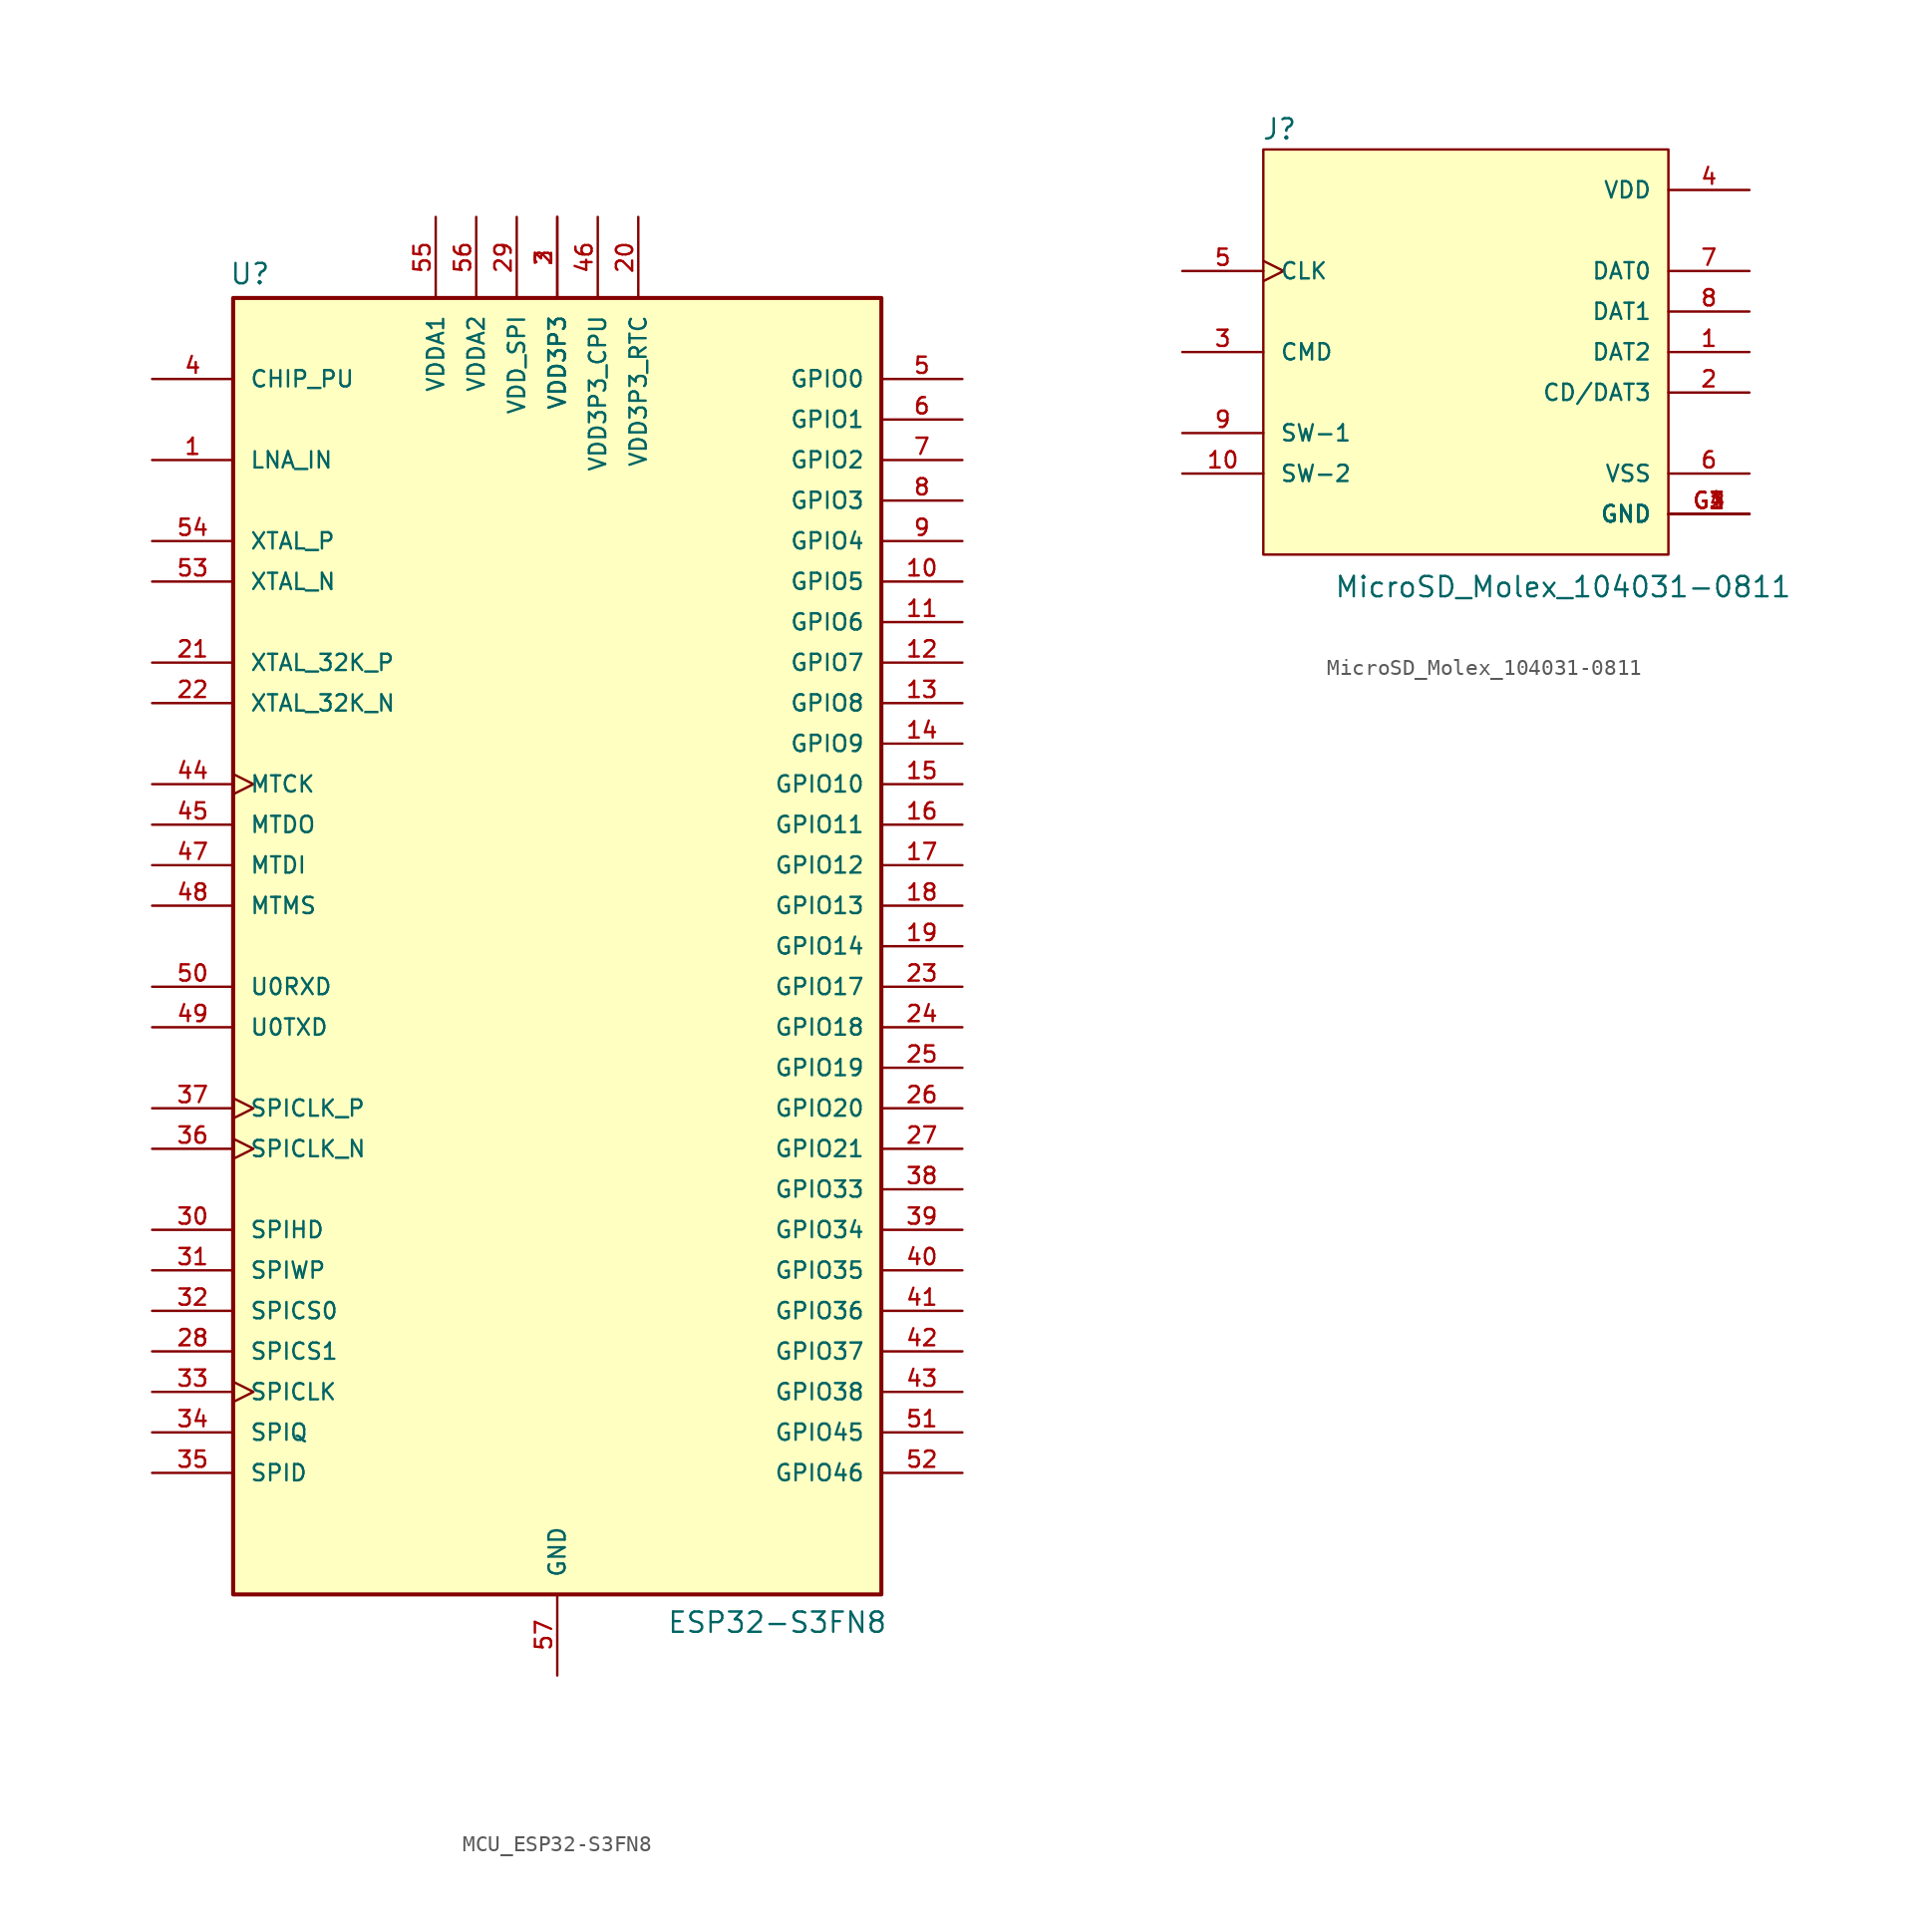
<source format=kicad_sym>
(kicad_symbol_lib
  (version 20241209)
  (generator "kicad_symbol_editor")
  (generator_version "9.0")
  (symbol "MCU_ESP32-S3FN8"
    (pin_names
      (offset 1.016))
    (property "Reference" "U"
      (at -20.574 41.402 0)
      (effects (font (size 1.27 1.27)) (justify left bottom)))
    (property "Value" "ESP32-S3FN8"
      (at 6.858 -41.656 0)
      (effects (font (size 1.27 1.27)) (justify left top)))
    (symbol "MCU_ESP32-S3FN8_0_0"
      (rectangle (start -20.32 40.64) (end 20.32 -40.64) (stroke (width 0.254) (type default)) (fill (type background)))
      (pin input line (at -25.4 35.56 0) (length 5.08) (name "CHIP_PU" (effects (font (size 1.016 1.016)))) (number "4" (effects (font (size 1.016 1.016)))))
      (pin bidirectional line (at -25.4 30.48 0) (length 5.08) (name "LNA_IN" (effects (font (size 1.016 1.016)))) (number "1" (effects (font (size 1.016 1.016)))))
      (pin input line (at -25.4 25.4 0) (length 5.08) (name "XTAL_P" (effects (font (size 1.016 1.016)))) (number "54" (effects (font (size 1.016 1.016)))))
      (pin output line (at -25.4 22.86 0) (length 5.08) (name "XTAL_N" (effects (font (size 1.016 1.016)))) (number "53" (effects (font (size 1.016 1.016)))))
      (pin bidirectional line (at -25.4 17.78 0) (length 5.08) (name "XTAL_32K_P" (effects (font (size 1.016 1.016)))) (number "21" (effects (font (size 1.016 1.016)))))
      (pin bidirectional line (at -25.4 15.24 0) (length 5.08) (name "XTAL_32K_N" (effects (font (size 1.016 1.016)))) (number "22" (effects (font (size 1.016 1.016)))))
      (pin bidirectional clock (at -25.4 10.16 0) (length 5.08) (name "MTCK" (effects (font (size 1.016 1.016)))) (number "44" (effects (font (size 1.016 1.016)))))
      (pin bidirectional line (at -25.4 7.62 0) (length 5.08) (name "MTDO" (effects (font (size 1.016 1.016)))) (number "45" (effects (font (size 1.016 1.016)))))
      (pin bidirectional line (at -25.4 5.08 0) (length 5.08) (name "MTDI" (effects (font (size 1.016 1.016)))) (number "47" (effects (font (size 1.016 1.016)))))
      (pin bidirectional line (at -25.4 2.54 0) (length 5.08) (name "MTMS" (effects (font (size 1.016 1.016)))) (number "48" (effects (font (size 1.016 1.016)))))
      (pin bidirectional line (at -25.4 -2.54 0) (length 5.08) (name "U0RXD" (effects (font (size 1.016 1.016)))) (number "50" (effects (font (size 1.016 1.016)))))
      (pin bidirectional line (at -25.4 -5.08 0) (length 5.08) (name "U0TXD" (effects (font (size 1.016 1.016)))) (number "49" (effects (font (size 1.016 1.016)))))
      (pin bidirectional clock (at -25.4 -10.16 0) (length 5.08) (name "SPICLK_P" (effects (font (size 1.016 1.016)))) (number "37" (effects (font (size 1.016 1.016)))))
      (pin bidirectional clock (at -25.4 -12.7 0) (length 5.08) (name "SPICLK_N" (effects (font (size 1.016 1.016)))) (number "36" (effects (font (size 1.016 1.016)))))
      (pin bidirectional line (at -25.4 -17.78 0) (length 5.08) (name "SPIHD" (effects (font (size 1.016 1.016)))) (number "30" (effects (font (size 1.016 1.016)))))
      (pin bidirectional line (at -25.4 -20.32 0) (length 5.08) (name "SPIWP" (effects (font (size 1.016 1.016)))) (number "31" (effects (font (size 1.016 1.016)))))
      (pin bidirectional line (at -25.4 -22.86 0) (length 5.08) (name "SPICS0" (effects (font (size 1.016 1.016)))) (number "32" (effects (font (size 1.016 1.016)))))
      (pin bidirectional line (at -25.4 -25.4 0) (length 5.08) (name "SPICS1" (effects (font (size 1.016 1.016)))) (number "28" (effects (font (size 1.016 1.016)))))
      (pin bidirectional clock (at -25.4 -27.94 0) (length 5.08) (name "SPICLK" (effects (font (size 1.016 1.016)))) (number "33" (effects (font (size 1.016 1.016)))))
      (pin bidirectional line (at -25.4 -30.48 0) (length 5.08) (name "SPIQ" (effects (font (size 1.016 1.016)))) (number "34" (effects (font (size 1.016 1.016)))))
      (pin bidirectional line (at -25.4 -33.02 0) (length 5.08) (name "SPID" (effects (font (size 1.016 1.016)))) (number "35" (effects (font (size 1.016 1.016)))))
      (pin power_in line (at -7.62 45.72 270) (length 5.08) (name "VDDA1" (effects (font (size 1.016 1.016)))) (number "55" (effects (font (size 1.016 1.016)))))
      (pin power_in line (at -5.08 45.72 270) (length 5.08) (name "VDDA2" (effects (font (size 1.016 1.016)))) (number "56" (effects (font (size 1.016 1.016)))))
      (pin power_in line (at -2.54 45.72 270) (length 5.08) (name "VDD_SPI" (effects (font (size 1.016 1.016)))) (number "29" (effects (font (size 1.016 1.016)))))
      (pin power_in line (at 0 45.72 270) (length 5.08) (name "VDD3P3" (effects (font (size 1.016 1.016)))) (number "2" (effects (font (size 1.016 1.016)))))
      (pin power_in line (at 0 45.72 270) (length 5.08) (name "VDD3P3" (effects (font (size 1.016 1.016)))) (number "3" (effects (font (size 1.016 1.016)))))
      (pin power_in line (at 0 -45.72 90) (length 5.08) (name "GND" (effects (font (size 1.016 1.016)))) (number "57" (effects (font (size 1.016 1.016)))))
      (pin power_in line (at 2.54 45.72 270) (length 5.08) (name "VDD3P3_CPU" (effects (font (size 1.016 1.016)))) (number "46" (effects (font (size 1.016 1.016)))))
      (pin power_in line (at 5.08 45.72 270) (length 5.08) (name "VDD3P3_RTC" (effects (font (size 1.016 1.016)))) (number "20" (effects (font (size 1.016 1.016)))))
      (pin bidirectional line (at 25.4 35.56 180) (length 5.08) (name "GPIO0" (effects (font (size 1.016 1.016)))) (number "5" (effects (font (size 1.016 1.016)))))
      (pin bidirectional line (at 25.4 33.02 180) (length 5.08) (name "GPIO1" (effects (font (size 1.016 1.016)))) (number "6" (effects (font (size 1.016 1.016)))))
      (pin bidirectional line (at 25.4 30.48 180) (length 5.08) (name "GPIO2" (effects (font (size 1.016 1.016)))) (number "7" (effects (font (size 1.016 1.016)))))
      (pin bidirectional line (at 25.4 27.94 180) (length 5.08) (name "GPIO3" (effects (font (size 1.016 1.016)))) (number "8" (effects (font (size 1.016 1.016)))))
      (pin bidirectional line (at 25.4 25.4 180) (length 5.08) (name "GPIO4" (effects (font (size 1.016 1.016)))) (number "9" (effects (font (size 1.016 1.016)))))
      (pin bidirectional line (at 25.4 22.86 180) (length 5.08) (name "GPIO5" (effects (font (size 1.016 1.016)))) (number "10" (effects (font (size 1.016 1.016)))))
      (pin bidirectional line (at 25.4 20.32 180) (length 5.08) (name "GPIO6" (effects (font (size 1.016 1.016)))) (number "11" (effects (font (size 1.016 1.016)))))
      (pin bidirectional line (at 25.4 17.78 180) (length 5.08) (name "GPIO7" (effects (font (size 1.016 1.016)))) (number "12" (effects (font (size 1.016 1.016)))))
      (pin bidirectional line (at 25.4 15.24 180) (length 5.08) (name "GPIO8" (effects (font (size 1.016 1.016)))) (number "13" (effects (font (size 1.016 1.016)))))
      (pin bidirectional line (at 25.4 12.7 180) (length 5.08) (name "GPIO9" (effects (font (size 1.016 1.016)))) (number "14" (effects (font (size 1.016 1.016)))))
      (pin bidirectional line (at 25.4 10.16 180) (length 5.08) (name "GPIO10" (effects (font (size 1.016 1.016)))) (number "15" (effects (font (size 1.016 1.016)))))
      (pin bidirectional line (at 25.4 7.62 180) (length 5.08) (name "GPIO11" (effects (font (size 1.016 1.016)))) (number "16" (effects (font (size 1.016 1.016)))))
      (pin bidirectional line (at 25.4 5.08 180) (length 5.08) (name "GPIO12" (effects (font (size 1.016 1.016)))) (number "17" (effects (font (size 1.016 1.016)))))
      (pin bidirectional line (at 25.4 2.54 180) (length 5.08) (name "GPIO13" (effects (font (size 1.016 1.016)))) (number "18" (effects (font (size 1.016 1.016)))))
      (pin bidirectional line (at 25.4 0 180) (length 5.08) (name "GPIO14" (effects (font (size 1.016 1.016)))) (number "19" (effects (font (size 1.016 1.016)))))
      (pin bidirectional line (at 25.4 -2.54 180) (length 5.08) (name "GPIO17" (effects (font (size 1.016 1.016)))) (number "23" (effects (font (size 1.016 1.016)))))
      (pin bidirectional line (at 25.4 -5.08 180) (length 5.08) (name "GPIO18" (effects (font (size 1.016 1.016)))) (number "24" (effects (font (size 1.016 1.016)))))
      (pin bidirectional line (at 25.4 -7.62 180) (length 5.08) (name "GPIO19" (effects (font (size 1.016 1.016)))) (number "25" (effects (font (size 1.016 1.016)))))
      (pin bidirectional line (at 25.4 -10.16 180) (length 5.08) (name "GPIO20" (effects (font (size 1.016 1.016)))) (number "26" (effects (font (size 1.016 1.016)))))
      (pin bidirectional line (at 25.4 -12.7 180) (length 5.08) (name "GPIO21" (effects (font (size 1.016 1.016)))) (number "27" (effects (font (size 1.016 1.016)))))
      (pin bidirectional line (at 25.4 -15.24 180) (length 5.08) (name "GPIO33" (effects (font (size 1.016 1.016)))) (number "38" (effects (font (size 1.016 1.016)))))
      (pin bidirectional line (at 25.4 -17.78 180) (length 5.08) (name "GPIO34" (effects (font (size 1.016 1.016)))) (number "39" (effects (font (size 1.016 1.016)))))
      (pin bidirectional line (at 25.4 -20.32 180) (length 5.08) (name "GPIO35" (effects (font (size 1.016 1.016)))) (number "40" (effects (font (size 1.016 1.016)))))
      (pin bidirectional line (at 25.4 -22.86 180) (length 5.08) (name "GPIO36" (effects (font (size 1.016 1.016)))) (number "41" (effects (font (size 1.016 1.016)))))
      (pin bidirectional line (at 25.4 -25.4 180) (length 5.08) (name "GPIO37" (effects (font (size 1.016 1.016)))) (number "42" (effects (font (size 1.016 1.016)))))
      (pin bidirectional line (at 25.4 -27.94 180) (length 5.08) (name "GPIO38" (effects (font (size 1.016 1.016)))) (number "43" (effects (font (size 1.016 1.016)))))
      (pin bidirectional line (at 25.4 -30.48 180) (length 5.08) (name "GPIO45" (effects (font (size 1.016 1.016)))) (number "51" (effects (font (size 1.016 1.016)))))
      (pin bidirectional line (at 25.4 -33.02 180) (length 5.08) (name "GPIO46" (effects (font (size 1.016 1.016)))) (number "52" (effects (font (size 1.016 1.016)))))))
  (symbol "MicroSD_Molex_104031-0811"
    (pin_names
      (offset 1.016))
    (property "Reference" "J"
      (at -11.684 13.97 0)
      (effects (font (size 1.27 1.27))))
    (property "Value" "MicroSD_Molex_104031-0811"
      (at 6.096 -14.732 0)
      (effects (font (size 1.27 1.27))))
    (symbol "MicroSD_Molex_104031-0811_0_0"
      (rectangle (start -12.7 -12.7) (end 12.7 12.7) (stroke (width 0.152) (type default)) (fill (type background)))
      (pin input clock (at -17.78 5.08 0) (length 5.08) (name "CLK" (effects (font (size 1.016 1.016)))) (number "5" (effects (font (size 1.016 1.016)))))
      (pin bidirectional line (at -17.78 0 0) (length 5.08) (name "CMD" (effects (font (size 1.016 1.016)))) (number "3" (effects (font (size 1.016 1.016)))))
      (pin passive line (at -17.78 -5.08 0) (length 5.08) (name "SW-1" (effects (font (size 1.016 1.016)))) (number "9" (effects (font (size 1.016 1.016)))))
      (pin passive line (at -17.78 -7.62 0) (length 5.08) (name "SW-2" (effects (font (size 1.016 1.016)))) (number "10" (effects (font (size 1.016 1.016)))))
      (pin power_in line (at 17.78 10.16 180) (length 5.08) (name "VDD" (effects (font (size 1.016 1.016)))) (number "4" (effects (font (size 1.016 1.016)))))
      (pin bidirectional line (at 17.78 5.08 180) (length 5.08) (name "DAT0" (effects (font (size 1.016 1.016)))) (number "7" (effects (font (size 1.016 1.016)))))
      (pin bidirectional line (at 17.78 2.54 180) (length 5.08) (name "DAT1" (effects (font (size 1.016 1.016)))) (number "8" (effects (font (size 1.016 1.016)))))
      (pin bidirectional line (at 17.78 0 180) (length 5.08) (name "DAT2" (effects (font (size 1.016 1.016)))) (number "1" (effects (font (size 1.016 1.016)))))
      (pin bidirectional line (at 17.78 -2.54 180) (length 5.08) (name "CD/DAT3" (effects (font (size 1.016 1.016)))) (number "2" (effects (font (size 1.016 1.016)))))
      (pin power_in line (at 17.78 -7.62 180) (length 5.08) (name "VSS" (effects (font (size 1.016 1.016)))) (number "6" (effects (font (size 1.016 1.016)))))
      (pin power_in line (at 17.78 -10.16 180) (length 5.08) (name "GND" (effects (font (size 1.016 1.016)))) (number "G1" (effects (font (size 1.016 1.016)))))
      (pin power_in line (at 17.78 -10.16 180) (length 5.08) (name "GND" (effects (font (size 1.016 1.016)))) (number "G2" (effects (font (size 1.016 1.016)))))
      (pin power_in line (at 17.78 -10.16 180) (length 5.08) (name "GND" (effects (font (size 1.016 1.016)))) (number "G3" (effects (font (size 1.016 1.016)))))
      (pin power_in line (at 17.78 -10.16 180) (length 5.08) (name "GND" (effects (font (size 1.016 1.016)))) (number "G4" (effects (font (size 1.016 1.016))))))))
</source>
